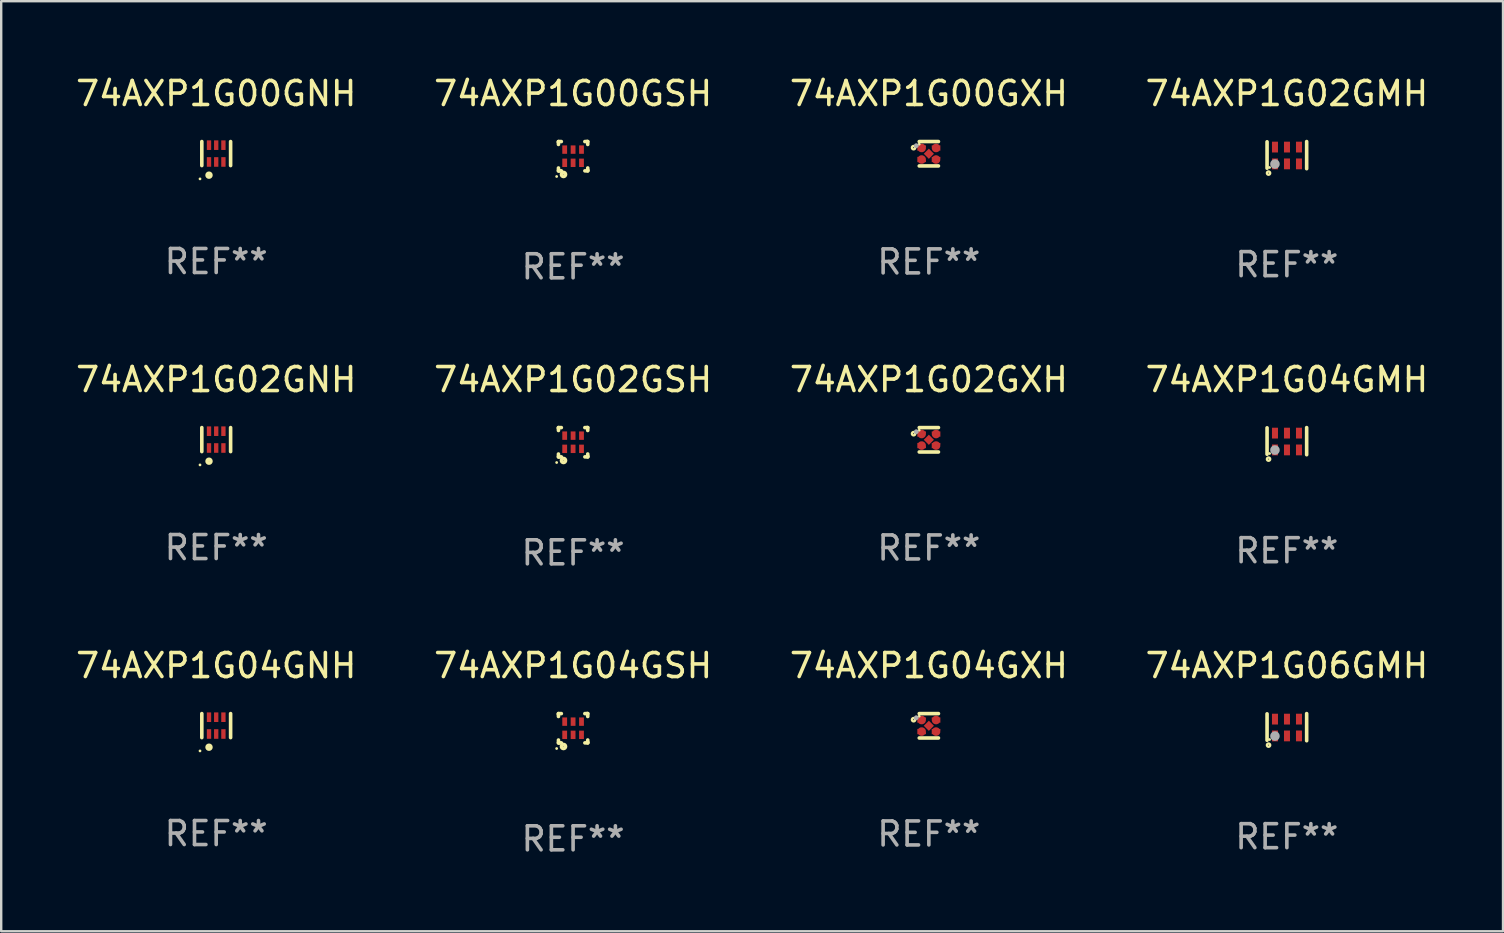
<source format=kicad_pcb>
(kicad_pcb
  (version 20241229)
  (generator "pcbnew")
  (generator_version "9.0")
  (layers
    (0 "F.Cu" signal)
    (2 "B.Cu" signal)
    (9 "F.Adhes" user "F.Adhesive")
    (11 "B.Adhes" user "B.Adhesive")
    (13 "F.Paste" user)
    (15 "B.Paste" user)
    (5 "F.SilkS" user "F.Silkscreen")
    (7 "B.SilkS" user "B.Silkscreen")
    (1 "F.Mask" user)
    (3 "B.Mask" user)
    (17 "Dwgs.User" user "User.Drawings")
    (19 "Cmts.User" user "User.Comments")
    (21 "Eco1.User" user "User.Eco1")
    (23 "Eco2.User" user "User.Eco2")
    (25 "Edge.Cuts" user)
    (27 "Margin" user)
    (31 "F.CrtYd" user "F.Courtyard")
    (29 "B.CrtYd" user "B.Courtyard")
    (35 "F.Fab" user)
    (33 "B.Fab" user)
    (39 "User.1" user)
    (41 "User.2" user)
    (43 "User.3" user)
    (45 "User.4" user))
  (footprint "74AXP1G02GXH"
    (layer "F.Cu")
    (at 35.649 15.273)
    (property "Reference" "74AXP1G02GXH" (at 0 -2.508 0) (layer "F.SilkS") (effects (font (size 1 1) (thickness 0.15))))
    (attr through_hole)
    (fp_line (start 0.4 -0.508) (end -0.4 -0.508) (stroke (width 0.15) (type solid)) (layer "F.SilkS"))
    (fp_line (start 0.4 0.508) (end -0.4 0.508) (stroke (width 0.15) (type solid)) (layer "F.SilkS"))
    (fp_circle (center -0.635 -0.254) (end -0.615 -0.254) (stroke (width 0.1) (type solid)) (fill no) (layer "F.SilkS"))
    (fp_circle (center -0.401 -0.4) (end -0.371 -0.4) (stroke (width 0.06) (type solid)) (fill no) (layer "F.SilkS"))
    (fp_circle (center -0.523 -0.337) (end -0.473 -0.337) (stroke (width 0.1) (type solid)) (fill no) (layer "F.Fab"))
    (fp_text user "REF**" (at 0 4.508 0) (layer "F.Fab") (effects (font (size 1 1) (thickness 0.15))))
    (pad "1" smd custom (at -0.3 -0.24) (size 0.36 0.22) (layers "F.Cu" "F.Mask" "F.Paste") (options (anchor circle)) (primitives (gr_poly (pts (xy -0.18 -0.11) (xy -0.18 0.11) (xy 0.000127 0.11) (xy 0.18 -0.03) (xy 0.18 -0.11) (xy -0.18 -0.11)) (width 0) (fill yes))))
    (pad "2" smd custom (at -0.3 0.24) (size 0.36 0.22) (layers "F.Cu" "F.Mask" "F.Paste") (options (anchor circle)) (primitives (gr_poly (pts (xy -0.18 0.11) (xy -0.18 -0.11) (xy 0.000127 -0.11) (xy 0.18 0.03) (xy 0.18 0.11) (xy -0.18 0.11)) (width 0) (fill yes))))
    (pad "3" smd rect (at 0.000102 -0.000127 45) (size 0.3 0.3) (layers "F.Cu" "F.Mask" "F.Paste"))
    (pad "4" smd custom (at 0.3 0.24 180) (size 0.36 0.22) (layers "F.Cu" "F.Mask" "F.Paste") (options (anchor circle)) (primitives (gr_poly (pts (xy 0.18 0.11) (xy 0.18 -0.11) (xy -0.000178 -0.11) (xy -0.18 0.03) (xy -0.18 0.11) (xy 0.18 0.11)) (width 0) (fill yes))))
    (pad "5" smd custom (at 0.3 -0.24) (size 0.36 0.22) (layers "F.Cu" "F.Mask" "F.Paste") (options (anchor circle)) (primitives (gr_poly (pts (xy 0.18 -0.11) (xy 0.18 0.11) (xy -0.000152 0.11) (xy -0.18 -0.03) (xy -0.18 -0.11) (xy 0.18 -0.11)) (width 0) (fill yes)))))
  (footprint "74AXP1G06GMH"
    (layer "F.Cu")
    (at 50.565 27.246)
    (property "Reference" "74AXP1G06GMH" (at 0 -2.565 0) (layer "F.SilkS") (effects (font (size 1 1) (thickness 0.15))))
    (attr through_hole)
    (fp_line (start -0.825 -0.555) (end -0.825 0.545) (stroke (width 0.15) (type solid)) (layer "F.SilkS"))
    (fp_line (start 0.825 -0.565) (end 0.825 0.565) (stroke (width 0.15) (type solid)) (layer "F.SilkS"))
    (fp_circle (center -0.763 0.749) (end -0.695 0.749) (stroke (width 0.1) (type solid)) (fill no) (layer "F.SilkS"))
    (fp_circle (center -0.72 0.515) (end -0.69 0.515) (stroke (width 0.06) (type solid)) (fill no) (layer "F.SilkS"))
    (fp_circle (center -0.496 0.371) (end -0.396 0.371) (stroke (width 0.2) (type solid)) (fill no) (layer "F.Fab"))
    (fp_text user "REF**" (at 0 4.565 0) (layer "F.Fab") (effects (font (size 1 1) (thickness 0.15))))
    (pad "1" smd rect (at -0.495 0.365) (size 0.25 0.45) (layers "F.Cu" "F.Mask" "F.Paste"))
    (pad "2" smd rect (at 0.005 0.365) (size 0.25 0.45) (layers "F.Cu" "F.Mask" "F.Paste"))
    (pad "3" smd rect (at 0.505 0.365) (size 0.25 0.45) (layers "F.Cu" "F.Mask" "F.Paste"))
    (pad "4" smd rect (at 0.505 -0.335) (size 0.25 0.45) (layers "F.Cu" "F.Mask" "F.Paste"))
    (pad "5" smd rect (at 0.005 -0.335) (size 0.25 0.45) (layers "F.Cu" "F.Mask" "F.Paste"))
    (pad "6" smd rect (at -0.495 -0.335) (size 0.25 0.45) (layers "F.Cu" "F.Mask" "F.Paste")))
  (footprint "74AXP1G04GSH"
    (layer "F.Cu")
    (at 20.827 27.291)
    (property "Reference" "74AXP1G04GSH" (at 0 -2.61 0) (layer "F.SilkS") (effects (font (size 1 1) (thickness 0.15))))
    (attr through_hole)
    (fp_line (start -0.61 -0.61) (end -0.49 -0.61) (stroke (width 0.15) (type solid)) (layer "F.SilkS"))
    (fp_line (start -0.61 -0.58) (end -0.61 -0.61) (stroke (width 0.15) (type solid)) (layer "F.SilkS"))
    (fp_line (start -0.61 -0.49) (end -0.61 -0.58) (stroke (width 0.15) (type solid)) (layer "F.SilkS"))
    (fp_line (start -0.61 0.61) (end -0.61 0.491) (stroke (width 0.15) (type solid)) (layer "F.SilkS"))
    (fp_line (start -0.58 0.61) (end -0.61 0.61) (stroke (width 0.15) (type solid)) (layer "F.SilkS"))
    (fp_line (start -0.49 0.61) (end -0.58 0.61) (stroke (width 0.15) (type solid)) (layer "F.SilkS"))
    (fp_line (start 0.49 -0.61) (end 0.58 -0.61) (stroke (width 0.15) (type solid)) (layer "F.SilkS"))
    (fp_line (start 0.58 -0.61) (end 0.61 -0.61) (stroke (width 0.15) (type solid)) (layer "F.SilkS"))
    (fp_line (start 0.61 -0.61) (end 0.61 -0.49) (stroke (width 0.15) (type solid)) (layer "F.SilkS"))
    (fp_line (start 0.61 0.49) (end 0.61 0.58) (stroke (width 0.15) (type solid)) (layer "F.SilkS"))
    (fp_line (start 0.61 0.58) (end 0.61 0.61) (stroke (width 0.15) (type solid)) (layer "F.SilkS"))
    (fp_line (start 0.61 0.61) (end 0.491 0.61) (stroke (width 0.15) (type solid)) (layer "F.SilkS"))
    (fp_circle (center -0.685 0.845) (end -0.655 0.845) (stroke (width 0.06) (type solid)) (fill no) (layer "F.SilkS"))
    (fp_circle (center -0.4 0.76) (end -0.39 0.76) (stroke (width 0.15) (type solid)) (fill no) (layer "F.SilkS"))
    (fp_text user "REF**" (at 0 4.61 0) (layer "F.Fab") (effects (font (size 1 1) (thickness 0.15))))
    (pad "1" smd rect (at -0.35 0.275) (size 0.2 0.35) (layers "F.Cu" "F.Mask" "F.Paste"))
    (pad "2" smd rect (at -0.000038 0.275) (size 0.2 0.35) (layers "F.Cu" "F.Mask" "F.Paste"))
    (pad "3" smd rect (at 0.35 0.275) (size 0.2 0.35) (layers "F.Cu" "F.Mask" "F.Paste"))
    (pad "4" smd rect (at 0.35 -0.275) (size 0.2 0.35) (layers "F.Cu" "F.Mask" "F.Paste"))
    (pad "5" smd rect (at -0.000038 -0.275) (size 0.2 0.35) (layers "F.Cu" "F.Mask" "F.Paste"))
    (pad "6" smd rect (at -0.35 -0.275) (size 0.2 0.35) (layers "F.Cu" "F.Mask" "F.Paste")))
  (footprint "74AXP1G04GXH"
    (layer "F.Cu")
    (at 35.649 27.189)
    (property "Reference" "74AXP1G04GXH" (at 0 -2.508 0) (layer "F.SilkS") (effects (font (size 1 1) (thickness 0.15))))
    (attr through_hole)
    (fp_line (start 0.4 -0.508) (end -0.4 -0.508) (stroke (width 0.15) (type solid)) (layer "F.SilkS"))
    (fp_line (start 0.4 0.508) (end -0.4 0.508) (stroke (width 0.15) (type solid)) (layer "F.SilkS"))
    (fp_circle (center -0.635 -0.254) (end -0.615 -0.254) (stroke (width 0.1) (type solid)) (fill no) (layer "F.SilkS"))
    (fp_circle (center -0.401 -0.4) (end -0.371 -0.4) (stroke (width 0.06) (type solid)) (fill no) (layer "F.SilkS"))
    (fp_circle (center -0.523 -0.337) (end -0.473 -0.337) (stroke (width 0.1) (type solid)) (fill no) (layer "F.Fab"))
    (fp_text user "REF**" (at 0 4.508 0) (layer "F.Fab") (effects (font (size 1 1) (thickness 0.15))))
    (pad "1" smd custom (at -0.3 -0.24) (size 0.36 0.22) (layers "F.Cu" "F.Mask" "F.Paste") (options (anchor circle)) (primitives (gr_poly (pts (xy -0.18 -0.11) (xy -0.18 0.11) (xy 0.000127 0.11) (xy 0.18 -0.03) (xy 0.18 -0.11) (xy -0.18 -0.11)) (width 0) (fill yes))))
    (pad "2" smd custom (at -0.3 0.24) (size 0.36 0.22) (layers "F.Cu" "F.Mask" "F.Paste") (options (anchor circle)) (primitives (gr_poly (pts (xy -0.18 0.11) (xy -0.18 -0.11) (xy 0.000127 -0.11) (xy 0.18 0.03) (xy 0.18 0.11) (xy -0.18 0.11)) (width 0) (fill yes))))
    (pad "3" smd rect (at 0.000102 -0.000127 45) (size 0.3 0.3) (layers "F.Cu" "F.Mask" "F.Paste"))
    (pad "4" smd custom (at 0.3 0.24 180) (size 0.36 0.22) (layers "F.Cu" "F.Mask" "F.Paste") (options (anchor circle)) (primitives (gr_poly (pts (xy 0.18 0.11) (xy 0.18 -0.11) (xy -0.000178 -0.11) (xy -0.18 0.03) (xy -0.18 0.11) (xy 0.18 0.11)) (width 0) (fill yes))))
    (pad "5" smd custom (at 0.3 -0.24) (size 0.36 0.22) (layers "F.Cu" "F.Mask" "F.Paste") (options (anchor circle)) (primitives (gr_poly (pts (xy 0.18 -0.11) (xy 0.18 0.11) (xy -0.000152 0.11) (xy -0.18 -0.03) (xy -0.18 -0.11) (xy 0.18 -0.11)) (width 0) (fill yes)))))
  (footprint "74AXP1G00GSH"
    (layer "F.Cu")
    (at 20.827 3.458)
    (property "Reference" "74AXP1G00GSH" (at 0 -2.61 0) (layer "F.SilkS") (effects (font (size 1 1) (thickness 0.15))))
    (attr through_hole)
    (fp_line (start -0.61 -0.61) (end -0.49 -0.61) (stroke (width 0.15) (type solid)) (layer "F.SilkS"))
    (fp_line (start -0.61 -0.58) (end -0.61 -0.61) (stroke (width 0.15) (type solid)) (layer "F.SilkS"))
    (fp_line (start -0.61 -0.49) (end -0.61 -0.58) (stroke (width 0.15) (type solid)) (layer "F.SilkS"))
    (fp_line (start -0.61 0.61) (end -0.61 0.491) (stroke (width 0.15) (type solid)) (layer "F.SilkS"))
    (fp_line (start -0.58 0.61) (end -0.61 0.61) (stroke (width 0.15) (type solid)) (layer "F.SilkS"))
    (fp_line (start -0.49 0.61) (end -0.58 0.61) (stroke (width 0.15) (type solid)) (layer "F.SilkS"))
    (fp_line (start 0.49 -0.61) (end 0.58 -0.61) (stroke (width 0.15) (type solid)) (layer "F.SilkS"))
    (fp_line (start 0.58 -0.61) (end 0.61 -0.61) (stroke (width 0.15) (type solid)) (layer "F.SilkS"))
    (fp_line (start 0.61 -0.61) (end 0.61 -0.49) (stroke (width 0.15) (type solid)) (layer "F.SilkS"))
    (fp_line (start 0.61 0.49) (end 0.61 0.58) (stroke (width 0.15) (type solid)) (layer "F.SilkS"))
    (fp_line (start 0.61 0.58) (end 0.61 0.61) (stroke (width 0.15) (type solid)) (layer "F.SilkS"))
    (fp_line (start 0.61 0.61) (end 0.491 0.61) (stroke (width 0.15) (type solid)) (layer "F.SilkS"))
    (fp_circle (center -0.685 0.845) (end -0.655 0.845) (stroke (width 0.06) (type solid)) (fill no) (layer "F.SilkS"))
    (fp_circle (center -0.4 0.76) (end -0.39 0.76) (stroke (width 0.15) (type solid)) (fill no) (layer "F.SilkS"))
    (fp_text user "REF**" (at 0 4.61 0) (layer "F.Fab") (effects (font (size 1 1) (thickness 0.15))))
    (pad "1" smd rect (at -0.35 0.275) (size 0.2 0.35) (layers "F.Cu" "F.Mask" "F.Paste"))
    (pad "2" smd rect (at -0.000038 0.275) (size 0.2 0.35) (layers "F.Cu" "F.Mask" "F.Paste"))
    (pad "3" smd rect (at 0.35 0.275) (size 0.2 0.35) (layers "F.Cu" "F.Mask" "F.Paste"))
    (pad "4" smd rect (at 0.35 -0.275) (size 0.2 0.35) (layers "F.Cu" "F.Mask" "F.Paste"))
    (pad "5" smd rect (at -0.000038 -0.275) (size 0.2 0.35) (layers "F.Cu" "F.Mask" "F.Paste"))
    (pad "6" smd rect (at -0.35 -0.275) (size 0.2 0.35) (layers "F.Cu" "F.Mask" "F.Paste")))
  (footprint "74AXP1G02GSH"
    (layer "F.Cu")
    (at 20.827 15.375)
    (property "Reference" "74AXP1G02GSH" (at 0 -2.61 0) (layer "F.SilkS") (effects (font (size 1 1) (thickness 0.15))))
    (attr through_hole)
    (fp_line (start -0.61 -0.61) (end -0.49 -0.61) (stroke (width 0.15) (type solid)) (layer "F.SilkS"))
    (fp_line (start -0.61 -0.58) (end -0.61 -0.61) (stroke (width 0.15) (type solid)) (layer "F.SilkS"))
    (fp_line (start -0.61 -0.49) (end -0.61 -0.58) (stroke (width 0.15) (type solid)) (layer "F.SilkS"))
    (fp_line (start -0.61 0.61) (end -0.61 0.491) (stroke (width 0.15) (type solid)) (layer "F.SilkS"))
    (fp_line (start -0.58 0.61) (end -0.61 0.61) (stroke (width 0.15) (type solid)) (layer "F.SilkS"))
    (fp_line (start -0.49 0.61) (end -0.58 0.61) (stroke (width 0.15) (type solid)) (layer "F.SilkS"))
    (fp_line (start 0.49 -0.61) (end 0.58 -0.61) (stroke (width 0.15) (type solid)) (layer "F.SilkS"))
    (fp_line (start 0.58 -0.61) (end 0.61 -0.61) (stroke (width 0.15) (type solid)) (layer "F.SilkS"))
    (fp_line (start 0.61 -0.61) (end 0.61 -0.49) (stroke (width 0.15) (type solid)) (layer "F.SilkS"))
    (fp_line (start 0.61 0.49) (end 0.61 0.58) (stroke (width 0.15) (type solid)) (layer "F.SilkS"))
    (fp_line (start 0.61 0.58) (end 0.61 0.61) (stroke (width 0.15) (type solid)) (layer "F.SilkS"))
    (fp_line (start 0.61 0.61) (end 0.491 0.61) (stroke (width 0.15) (type solid)) (layer "F.SilkS"))
    (fp_circle (center -0.685 0.845) (end -0.655 0.845) (stroke (width 0.06) (type solid)) (fill no) (layer "F.SilkS"))
    (fp_circle (center -0.4 0.76) (end -0.39 0.76) (stroke (width 0.15) (type solid)) (fill no) (layer "F.SilkS"))
    (fp_text user "REF**" (at 0 4.61 0) (layer "F.Fab") (effects (font (size 1 1) (thickness 0.15))))
    (pad "1" smd rect (at -0.35 0.275) (size 0.2 0.35) (layers "F.Cu" "F.Mask" "F.Paste"))
    (pad "2" smd rect (at -0.000038 0.275) (size 0.2 0.35) (layers "F.Cu" "F.Mask" "F.Paste"))
    (pad "3" smd rect (at 0.35 0.275) (size 0.2 0.35) (layers "F.Cu" "F.Mask" "F.Paste"))
    (pad "4" smd rect (at 0.35 -0.275) (size 0.2 0.35) (layers "F.Cu" "F.Mask" "F.Paste"))
    (pad "5" smd rect (at -0.000038 -0.275) (size 0.2 0.35) (layers "F.Cu" "F.Mask" "F.Paste"))
    (pad "6" smd rect (at -0.35 -0.275) (size 0.2 0.35) (layers "F.Cu" "F.Mask" "F.Paste")))
  (footprint "74AXP1G04GNH"
    (layer "F.Cu")
    (at 5.958 27.181)
    (property "Reference" "74AXP1G04GNH" (at 0 -2.5 0) (layer "F.SilkS") (effects (font (size 1 1) (thickness 0.15))))
    (attr through_hole)
    (fp_line (start -0.6 -0.5) (end -0.6 0.5) (stroke (width 0.15) (type solid)) (layer "F.SilkS"))
    (fp_line (start 0.6 0.5) (end 0.6 -0.5) (stroke (width 0.15) (type solid)) (layer "F.SilkS"))
    (fp_circle (center -0.675 1.055) (end -0.645 1.055) (stroke (width 0.06) (type solid)) (fill no) (layer "F.SilkS"))
    (fp_circle (center -0.3 0.9) (end -0.22 0.9) (stroke (width 0.15) (type solid)) (fill no) (layer "F.SilkS"))
    (fp_text user "REF**" (at 0 4.5 0) (layer "F.Fab") (effects (font (size 1 1) (thickness 0.15))))
    (pad "1" smd rect (at -0.3 0.35) (size 0.18 0.4) (layers "F.Cu" "F.Mask" "F.Paste"))
    (pad "2" smd rect (at 0.000025 0.35) (size 0.18 0.4) (layers "F.Cu" "F.Mask" "F.Paste"))
    (pad "3" smd rect (at 0.3 0.35) (size 0.18 0.4) (layers "F.Cu" "F.Mask" "F.Paste"))
    (pad "4" smd rect (at 0.3 -0.35) (size 0.18 0.4) (layers "F.Cu" "F.Mask" "F.Paste"))
    (pad "5" smd rect (at 0.000025 -0.35) (size 0.18 0.4) (layers "F.Cu" "F.Mask" "F.Paste"))
    (pad "6" smd rect (at -0.3 -0.35) (size 0.18 0.4) (layers "F.Cu" "F.Mask" "F.Paste")))
  (footprint "74AXP1G00GNH"
    (layer "F.Cu")
    (at 5.958 3.348)
    (property "Reference" "74AXP1G00GNH" (at 0 -2.5 0) (layer "F.SilkS") (effects (font (size 1 1) (thickness 0.15))))
    (attr through_hole)
    (fp_line (start -0.6 -0.5) (end -0.6 0.5) (stroke (width 0.15) (type solid)) (layer "F.SilkS"))
    (fp_line (start 0.6 0.5) (end 0.6 -0.5) (stroke (width 0.15) (type solid)) (layer "F.SilkS"))
    (fp_circle (center -0.675 1.055) (end -0.645 1.055) (stroke (width 0.06) (type solid)) (fill no) (layer "F.SilkS"))
    (fp_circle (center -0.3 0.9) (end -0.22 0.9) (stroke (width 0.15) (type solid)) (fill no) (layer "F.SilkS"))
    (fp_text user "REF**" (at 0 4.5 0) (layer "F.Fab") (effects (font (size 1 1) (thickness 0.15))))
    (pad "1" smd rect (at -0.3 0.35) (size 0.18 0.4) (layers "F.Cu" "F.Mask" "F.Paste"))
    (pad "2" smd rect (at 0.000025 0.35) (size 0.18 0.4) (layers "F.Cu" "F.Mask" "F.Paste"))
    (pad "3" smd rect (at 0.3 0.35) (size 0.18 0.4) (layers "F.Cu" "F.Mask" "F.Paste"))
    (pad "4" smd rect (at 0.3 -0.35) (size 0.18 0.4) (layers "F.Cu" "F.Mask" "F.Paste"))
    (pad "5" smd rect (at 0.000025 -0.35) (size 0.18 0.4) (layers "F.Cu" "F.Mask" "F.Paste"))
    (pad "6" smd rect (at -0.3 -0.35) (size 0.18 0.4) (layers "F.Cu" "F.Mask" "F.Paste")))
  (footprint "74AXP1G04GMH"
    (layer "F.Cu")
    (at 50.565 15.33)
    (property "Reference" "74AXP1G04GMH" (at 0 -2.565 0) (layer "F.SilkS") (effects (font (size 1 1) (thickness 0.15))))
    (attr through_hole)
    (fp_line (start -0.825 -0.555) (end -0.825 0.545) (stroke (width 0.15) (type solid)) (layer "F.SilkS"))
    (fp_line (start 0.825 -0.565) (end 0.825 0.565) (stroke (width 0.15) (type solid)) (layer "F.SilkS"))
    (fp_circle (center -0.763 0.749) (end -0.695 0.749) (stroke (width 0.1) (type solid)) (fill no) (layer "F.SilkS"))
    (fp_circle (center -0.72 0.515) (end -0.69 0.515) (stroke (width 0.06) (type solid)) (fill no) (layer "F.SilkS"))
    (fp_circle (center -0.496 0.371) (end -0.396 0.371) (stroke (width 0.2) (type solid)) (fill no) (layer "F.Fab"))
    (fp_text user "REF**" (at 0 4.565 0) (layer "F.Fab") (effects (font (size 1 1) (thickness 0.15))))
    (pad "1" smd rect (at -0.495 0.365) (size 0.25 0.45) (layers "F.Cu" "F.Mask" "F.Paste"))
    (pad "2" smd rect (at 0.005 0.365) (size 0.25 0.45) (layers "F.Cu" "F.Mask" "F.Paste"))
    (pad "3" smd rect (at 0.505 0.365) (size 0.25 0.45) (layers "F.Cu" "F.Mask" "F.Paste"))
    (pad "4" smd rect (at 0.505 -0.335) (size 0.25 0.45) (layers "F.Cu" "F.Mask" "F.Paste"))
    (pad "5" smd rect (at 0.005 -0.335) (size 0.25 0.45) (layers "F.Cu" "F.Mask" "F.Paste"))
    (pad "6" smd rect (at -0.495 -0.335) (size 0.25 0.45) (layers "F.Cu" "F.Mask" "F.Paste")))
  (footprint "74AXP1G02GNH"
    (layer "F.Cu")
    (at 5.958 15.265)
    (property "Reference" "74AXP1G02GNH" (at 0 -2.5 0) (layer "F.SilkS") (effects (font (size 1 1) (thickness 0.15))))
    (attr through_hole)
    (fp_line (start -0.6 -0.5) (end -0.6 0.5) (stroke (width 0.15) (type solid)) (layer "F.SilkS"))
    (fp_line (start 0.6 0.5) (end 0.6 -0.5) (stroke (width 0.15) (type solid)) (layer "F.SilkS"))
    (fp_circle (center -0.675 1.055) (end -0.645 1.055) (stroke (width 0.06) (type solid)) (fill no) (layer "F.SilkS"))
    (fp_circle (center -0.3 0.9) (end -0.22 0.9) (stroke (width 0.15) (type solid)) (fill no) (layer "F.SilkS"))
    (fp_text user "REF**" (at 0 4.5 0) (layer "F.Fab") (effects (font (size 1 1) (thickness 0.15))))
    (pad "1" smd rect (at -0.3 0.35) (size 0.18 0.4) (layers "F.Cu" "F.Mask" "F.Paste"))
    (pad "2" smd rect (at 0.000025 0.35) (size 0.18 0.4) (layers "F.Cu" "F.Mask" "F.Paste"))
    (pad "3" smd rect (at 0.3 0.35) (size 0.18 0.4) (layers "F.Cu" "F.Mask" "F.Paste"))
    (pad "4" smd rect (at 0.3 -0.35) (size 0.18 0.4) (layers "F.Cu" "F.Mask" "F.Paste"))
    (pad "5" smd rect (at 0.000025 -0.35) (size 0.18 0.4) (layers "F.Cu" "F.Mask" "F.Paste"))
    (pad "6" smd rect (at -0.3 -0.35) (size 0.18 0.4) (layers "F.Cu" "F.Mask" "F.Paste")))
  (footprint "74AXP1G00GXH"
    (layer "F.Cu")
    (at 35.649 3.356)
    (property "Reference" "74AXP1G00GXH" (at 0 -2.508 0) (layer "F.SilkS") (effects (font (size 1 1) (thickness 0.15))))
    (attr through_hole)
    (fp_line (start 0.4 -0.508) (end -0.4 -0.508) (stroke (width 0.15) (type solid)) (layer "F.SilkS"))
    (fp_line (start 0.4 0.508) (end -0.4 0.508) (stroke (width 0.15) (type solid)) (layer "F.SilkS"))
    (fp_circle (center -0.635 -0.254) (end -0.615 -0.254) (stroke (width 0.1) (type solid)) (fill no) (layer "F.SilkS"))
    (fp_circle (center -0.401 -0.4) (end -0.371 -0.4) (stroke (width 0.06) (type solid)) (fill no) (layer "F.SilkS"))
    (fp_circle (center -0.523 -0.337) (end -0.473 -0.337) (stroke (width 0.1) (type solid)) (fill no) (layer "F.Fab"))
    (fp_text user "REF**" (at 0 4.508 0) (layer "F.Fab") (effects (font (size 1 1) (thickness 0.15))))
    (pad "1" smd custom (at -0.3 -0.24) (size 0.36 0.22) (layers "F.Cu" "F.Mask" "F.Paste") (options (anchor circle)) (primitives (gr_poly (pts (xy -0.18 -0.11) (xy -0.18 0.11) (xy 0.000127 0.11) (xy 0.18 -0.03) (xy 0.18 -0.11) (xy -0.18 -0.11)) (width 0) (fill yes))))
    (pad "2" smd custom (at -0.3 0.24) (size 0.36 0.22) (layers "F.Cu" "F.Mask" "F.Paste") (options (anchor circle)) (primitives (gr_poly (pts (xy -0.18 0.11) (xy -0.18 -0.11) (xy 0.000127 -0.11) (xy 0.18 0.03) (xy 0.18 0.11) (xy -0.18 0.11)) (width 0) (fill yes))))
    (pad "3" smd rect (at 0.000102 -0.000127 45) (size 0.3 0.3) (layers "F.Cu" "F.Mask" "F.Paste"))
    (pad "4" smd custom (at 0.3 0.24 180) (size 0.36 0.22) (layers "F.Cu" "F.Mask" "F.Paste") (options (anchor circle)) (primitives (gr_poly (pts (xy 0.18 0.11) (xy 0.18 -0.11) (xy -0.000178 -0.11) (xy -0.18 0.03) (xy -0.18 0.11) (xy 0.18 0.11)) (width 0) (fill yes))))
    (pad "5" smd custom (at 0.3 -0.24) (size 0.36 0.22) (layers "F.Cu" "F.Mask" "F.Paste") (options (anchor circle)) (primitives (gr_poly (pts (xy 0.18 -0.11) (xy 0.18 0.11) (xy -0.000152 0.11) (xy -0.18 -0.03) (xy -0.18 -0.11) (xy 0.18 -0.11)) (width 0) (fill yes)))))
  (footprint "74AXP1G02GMH"
    (layer "F.Cu")
    (at 50.565 3.413)
    (property "Reference" "74AXP1G02GMH" (at 0 -2.565 0) (layer "F.SilkS") (effects (font (size 1 1) (thickness 0.15))))
    (attr through_hole)
    (fp_line (start -0.825 -0.555) (end -0.825 0.545) (stroke (width 0.15) (type solid)) (layer "F.SilkS"))
    (fp_line (start 0.825 -0.565) (end 0.825 0.565) (stroke (width 0.15) (type solid)) (layer "F.SilkS"))
    (fp_circle (center -0.763 0.749) (end -0.695 0.749) (stroke (width 0.1) (type solid)) (fill no) (layer "F.SilkS"))
    (fp_circle (center -0.72 0.515) (end -0.69 0.515) (stroke (width 0.06) (type solid)) (fill no) (layer "F.SilkS"))
    (fp_circle (center -0.496 0.371) (end -0.396 0.371) (stroke (width 0.2) (type solid)) (fill no) (layer "F.Fab"))
    (fp_text user "REF**" (at 0 4.565 0) (layer "F.Fab") (effects (font (size 1 1) (thickness 0.15))))
    (pad "1" smd rect (at -0.495 0.365) (size 0.25 0.45) (layers "F.Cu" "F.Mask" "F.Paste"))
    (pad "2" smd rect (at 0.005 0.365) (size 0.25 0.45) (layers "F.Cu" "F.Mask" "F.Paste"))
    (pad "3" smd rect (at 0.505 0.365) (size 0.25 0.45) (layers "F.Cu" "F.Mask" "F.Paste"))
    (pad "4" smd rect (at 0.505 -0.335) (size 0.25 0.45) (layers "F.Cu" "F.Mask" "F.Paste"))
    (pad "5" smd rect (at 0.005 -0.335) (size 0.25 0.45) (layers "F.Cu" "F.Mask" "F.Paste"))
    (pad "6" smd rect (at -0.495 -0.335) (size 0.25 0.45) (layers "F.Cu" "F.Mask" "F.Paste")))
  (gr_rect
    (start -3 -3)
    (end 59.571 35.749)
    (stroke (width 0.1) (type default))
    (fill no)
    (layer "Edge.Cuts")))
</source>
